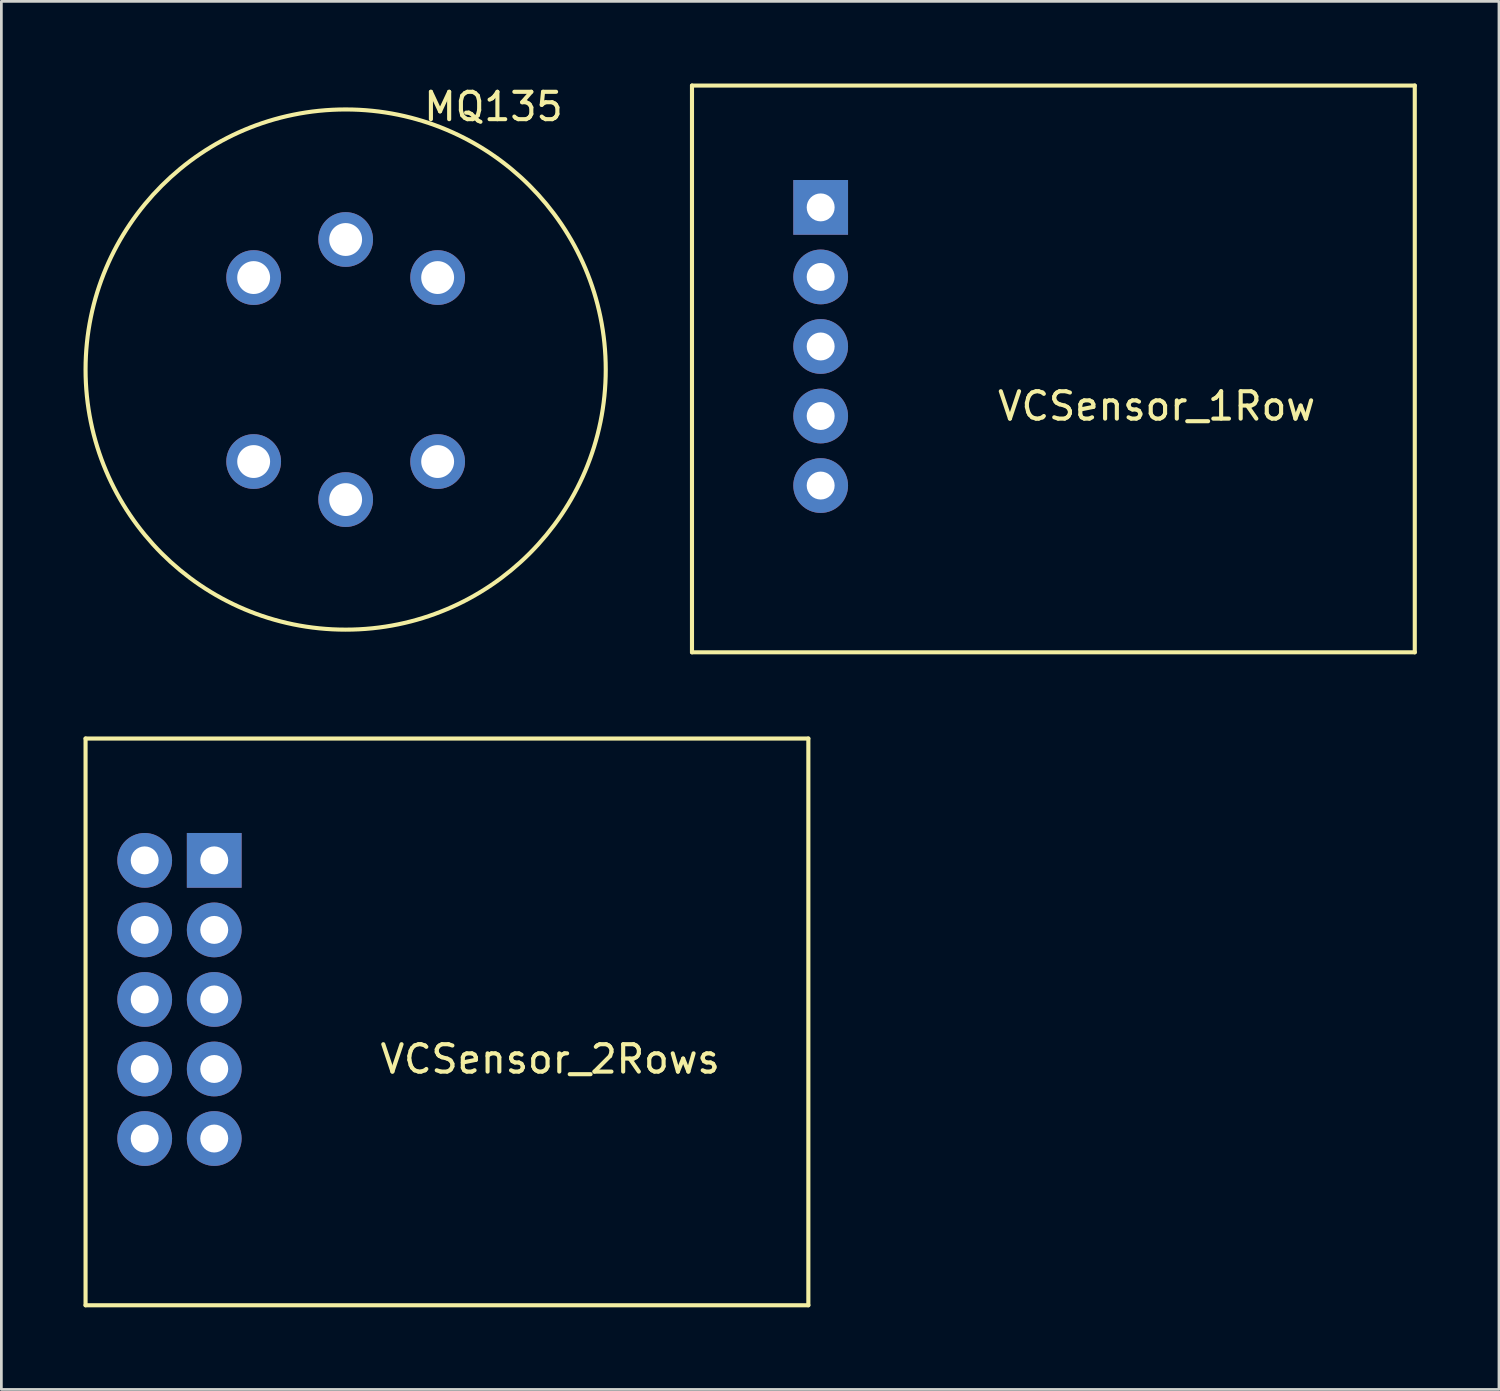
<source format=kicad_pcb>
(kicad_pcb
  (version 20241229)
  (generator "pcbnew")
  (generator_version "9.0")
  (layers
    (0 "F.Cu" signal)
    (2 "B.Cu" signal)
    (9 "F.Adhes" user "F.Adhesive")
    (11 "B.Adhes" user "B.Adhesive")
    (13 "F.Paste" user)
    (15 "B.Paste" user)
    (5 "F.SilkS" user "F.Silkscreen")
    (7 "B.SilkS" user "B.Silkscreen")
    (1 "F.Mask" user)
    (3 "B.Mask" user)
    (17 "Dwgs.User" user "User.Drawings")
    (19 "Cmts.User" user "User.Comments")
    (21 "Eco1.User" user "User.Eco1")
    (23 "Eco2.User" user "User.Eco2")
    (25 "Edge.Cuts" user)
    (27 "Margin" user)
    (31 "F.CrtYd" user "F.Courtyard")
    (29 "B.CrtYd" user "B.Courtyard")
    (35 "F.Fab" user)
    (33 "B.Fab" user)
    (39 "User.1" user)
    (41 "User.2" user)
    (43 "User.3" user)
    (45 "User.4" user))
  (footprint "MQ135"
    (layer "F.Cu")
    (at 9.575 10.448)
    (property "Reference" "MQ135" (at 5.4 -9.6 0) (layer "F.SilkS") (effects (font (size 1 1) (thickness 0.15))))
    (attr through_hole)
    (fp_circle (center 0 0) (end 9.5 0) (stroke (width 0.15) (type solid)) (fill no) (layer "F.SilkS"))
    (pad "1" thru_hole circle (at 3.36 3.36) (size 2 2) (drill 1.2) (layers "*.Cu" "*.Mask"))
    (pad "2" thru_hole circle (at 0 4.75) (size 2 2) (drill 1.2) (layers "*.Cu" "*.Mask"))
    (pad "3" thru_hole circle (at 3.36 -3.36) (size 2 2) (drill 1.2) (layers "*.Cu" "*.Mask"))
    (pad "4" thru_hole circle (at -3.36 -3.36) (size 2 2) (drill 1.2) (layers "*.Cu" "*.Mask"))
    (pad "5" thru_hole circle (at 0 -4.75) (size 2 2) (drill 1.2) (layers "*.Cu" "*.Mask"))
    (pad "6" thru_hole circle (at -3.36 3.36) (size 2 2) (drill 1.2) (layers "*.Cu" "*.Mask")))
  (footprint "VCSensor_1Row"
    (layer "F.Cu")
    (at 26.925 4.525)
    (property "Reference" "VCSensor_1Row" (at 12.27 7.26 0) (layer "F.SilkS") (effects (font (size 1 1) (thickness 0.15))))
    (attr through_hole)
    (fp_line (start -4.7 -4.45) (end 21.7 -4.45) (stroke (width 0.15) (type solid)) (layer "F.SilkS"))
    (fp_line (start -4.7 16.25) (end -4.7 -4.45) (stroke (width 0.15) (type solid)) (layer "F.SilkS"))
    (fp_line (start 21.7 -4.45) (end 21.7 16.25) (stroke (width 0.15) (type solid)) (layer "F.SilkS"))
    (fp_line (start 21.7 16.25) (end -4.7 16.25) (stroke (width 0.15) (type solid)) (layer "F.SilkS"))
    (pad "1" thru_hole rect (at 0 0) (size 2 2) (drill oval 1.02) (layers "*.Cu" "*.Mask"))
    (pad "2" thru_hole circle (at 0 2.54) (size 2 2) (drill 1.02) (layers "*.Cu" "*.Mask"))
    (pad "3" thru_hole circle (at 0 5.08) (size 2 2) (drill 1.02) (layers "*.Cu" "*.Mask"))
    (pad "4" thru_hole circle (at 0 7.62) (size 2 2) (drill 1.02) (layers "*.Cu" "*.Mask"))
    (pad "5" thru_hole circle (at 0 10.16) (size 2 2) (drill 1.02) (layers "*.Cu" "*.Mask")))
  (footprint "VCSensor_2Rows"
    (layer "F.Cu")
    (at 4.775 28.375)
    (property "Reference" "VCSensor_2Rows" (at 12.27 7.26 0) (layer "F.SilkS") (effects (font (size 1 1) (thickness 0.15))))
    (attr through_hole)
    (fp_line (start -4.7 -4.45) (end 21.7 -4.45) (stroke (width 0.15) (type solid)) (layer "F.SilkS"))
    (fp_line (start -4.7 16.25) (end -4.7 -4.45) (stroke (width 0.15) (type solid)) (layer "F.SilkS"))
    (fp_line (start 21.7 -4.45) (end 21.7 16.25) (stroke (width 0.15) (type solid)) (layer "F.SilkS"))
    (fp_line (start 21.7 16.25) (end -4.7 16.25) (stroke (width 0.15) (type solid)) (layer "F.SilkS"))
    (pad "1" thru_hole rect (at 0 0) (size 2 2) (drill oval 1.02) (layers "*.Cu" "*.Mask"))
    (pad "2" thru_hole circle (at 0 2.54) (size 2 2) (drill 1.02) (layers "*.Cu" "*.Mask"))
    (pad "3" thru_hole circle (at 0 5.08) (size 2 2) (drill 1.02) (layers "*.Cu" "*.Mask"))
    (pad "4" thru_hole circle (at 0 7.62) (size 2 2) (drill 1.02) (layers "*.Cu" "*.Mask"))
    (pad "5" thru_hole circle (at 0 10.16) (size 2 2) (drill 1.02) (layers "*.Cu" "*.Mask"))
    (pad "6" thru_hole circle (at -2.54 0) (size 2 2) (drill 1.02) (layers "*.Cu" "*.Mask"))
    (pad "7" thru_hole circle (at -2.54 2.54) (size 2 2) (drill 1.02) (layers "*.Cu" "*.Mask"))
    (pad "8" thru_hole circle (at -2.54 5.08) (size 2 2) (drill 1.02) (layers "*.Cu" "*.Mask"))
    (pad "9" thru_hole circle (at -2.54 7.62) (size 2 2) (drill 1.02) (layers "*.Cu" "*.Mask"))
    (pad "10" thru_hole circle (at -2.54 10.16) (size 2 2) (drill 1.02) (layers "*.Cu" "*.Mask")))
  (gr_rect
    (start -3 -3)
    (end 51.7 47.7)
    (stroke (width 0.1) (type default))
    (fill no)
    (layer "Edge.Cuts")))
</source>
